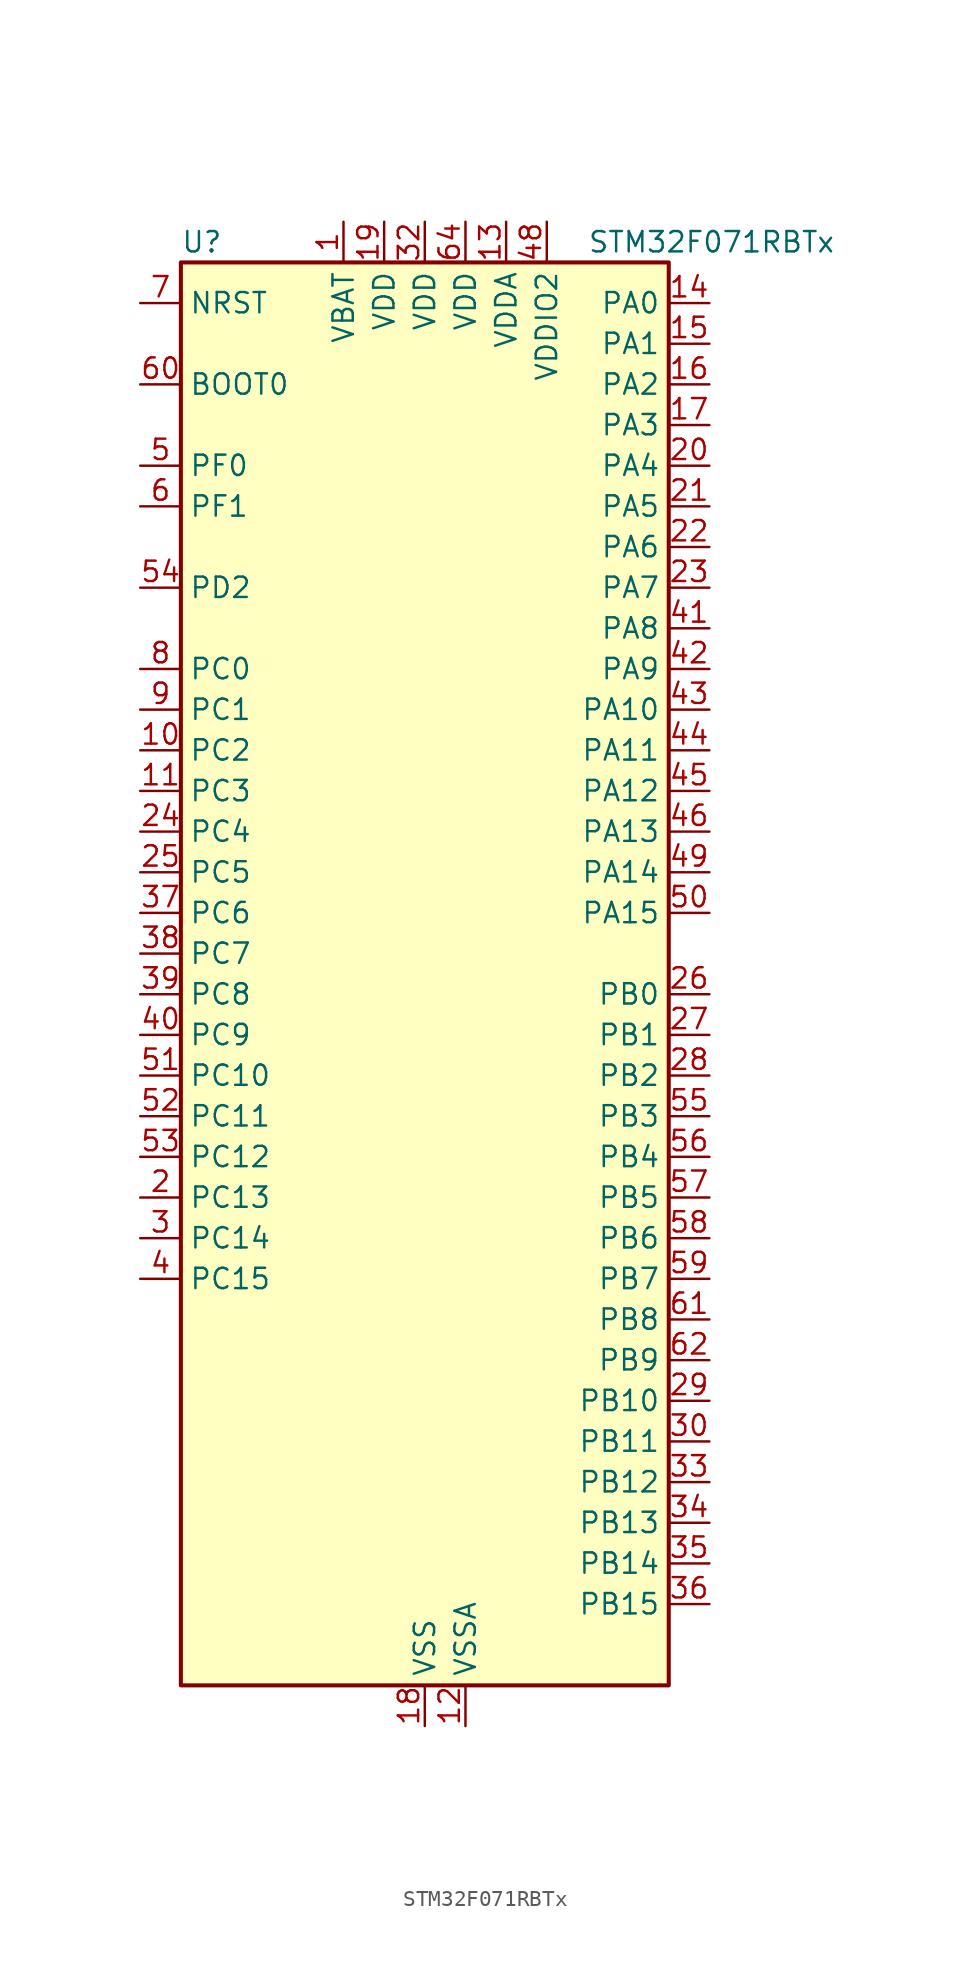
<source format=kicad_sym>
(kicad_symbol_lib
  (version 20220914)
  (generator kicad_symbol_editor)
  (symbol "STM32F071RBTx"
    (property "Reference" "U"
      (at -15.24 46.99 0)
      (effects (font (size 1.27 1.27)) (justify left)))
    (property "Value" "STM32F071RBTx"
      (at 10.16 46.99 0)
      (effects (font (size 1.27 1.27)) (justify left)))
    (property "ki_locked" ""
      (at 0 0 0)
      (effects (font (size 1.27 1.27))))
    (symbol "STM32F071RBTx_0_1"
      (rectangle (start -15.24 -43.18) (end 15.24 45.72) (stroke (width 0.254) (type default)) (fill (type background))))
    (symbol "STM32F071RBTx_1_1"
      (pin power_in line (at -5.08 48.26 270) (length 2.54) (name "VBAT" (effects (font (size 1.27 1.27)))) (number "1" (effects (font (size 1.27 1.27)))))
      (pin bidirectional line (at -17.78 15.24 0) (length 2.54) (name "PC2" (effects (font (size 1.27 1.27)))) (number "10" (effects (font (size 1.27 1.27)))) (alternate "ADC_IN12" bidirectional line) (alternate "I2S2_MCK" bidirectional line) (alternate "SPI2_MISO" bidirectional line))
      (pin bidirectional line (at -17.78 12.7 0) (length 2.54) (name "PC3" (effects (font (size 1.27 1.27)))) (number "11" (effects (font (size 1.27 1.27)))) (alternate "ADC_IN13" bidirectional line) (alternate "I2S2_SD" bidirectional line) (alternate "SPI2_MOSI" bidirectional line))
      (pin power_in line (at 2.54 -45.72 90) (length 2.54) (name "VSSA" (effects (font (size 1.27 1.27)))) (number "12" (effects (font (size 1.27 1.27)))))
      (pin power_in line (at 5.08 48.26 270) (length 2.54) (name "VDDA" (effects (font (size 1.27 1.27)))) (number "13" (effects (font (size 1.27 1.27)))))
      (pin bidirectional line (at 17.78 43.18 180) (length 2.54) (name "PA0" (effects (font (size 1.27 1.27)))) (number "14" (effects (font (size 1.27 1.27)))) (alternate "ADC_IN0" bidirectional line) (alternate "COMP1_INM" bidirectional line) (alternate "COMP1_OUT" bidirectional line) (alternate "RTC_TAMP2" bidirectional line) (alternate "SYS_WKUP1" bidirectional line) (alternate "TIM2_CH1" bidirectional line) (alternate "TIM2_ETR" bidirectional line) (alternate "TSC_G1_IO1" bidirectional line) (alternate "USART2_CTS" bidirectional line) (alternate "USART4_TX" bidirectional line))
      (pin bidirectional line (at 17.78 40.64 180) (length 2.54) (name "PA1" (effects (font (size 1.27 1.27)))) (number "15" (effects (font (size 1.27 1.27)))) (alternate "ADC_IN1" bidirectional line) (alternate "COMP1_INP" bidirectional line) (alternate "TIM15_CH1N" bidirectional line) (alternate "TIM2_CH2" bidirectional line) (alternate "TSC_G1_IO2" bidirectional line) (alternate "USART2_DE" bidirectional line) (alternate "USART2_RTS" bidirectional line) (alternate "USART4_RX" bidirectional line))
      (pin bidirectional line (at 17.78 38.1 180) (length 2.54) (name "PA2" (effects (font (size 1.27 1.27)))) (number "16" (effects (font (size 1.27 1.27)))) (alternate "ADC_IN2" bidirectional line) (alternate "COMP2_INM" bidirectional line) (alternate "COMP2_OUT" bidirectional line) (alternate "SYS_WKUP4" bidirectional line) (alternate "TIM15_CH1" bidirectional line) (alternate "TIM2_CH3" bidirectional line) (alternate "TSC_G1_IO3" bidirectional line) (alternate "USART2_TX" bidirectional line))
      (pin bidirectional line (at 17.78 35.56 180) (length 2.54) (name "PA3" (effects (font (size 1.27 1.27)))) (number "17" (effects (font (size 1.27 1.27)))) (alternate "ADC_IN3" bidirectional line) (alternate "COMP2_INP" bidirectional line) (alternate "TIM15_CH2" bidirectional line) (alternate "TIM2_CH4" bidirectional line) (alternate "TSC_G1_IO4" bidirectional line) (alternate "USART2_RX" bidirectional line))
      (pin power_in line (at 0 -45.72 90) (length 2.54) (name "VSS" (effects (font (size 1.27 1.27)))) (number "18" (effects (font (size 1.27 1.27)))))
      (pin power_in line (at -2.54 48.26 270) (length 2.54) (name "VDD" (effects (font (size 1.27 1.27)))) (number "19" (effects (font (size 1.27 1.27)))))
      (pin bidirectional line (at -17.78 -12.7 0) (length 2.54) (name "PC13" (effects (font (size 1.27 1.27)))) (number "2" (effects (font (size 1.27 1.27)))) (alternate "RTC_OUT_ALARM" bidirectional line) (alternate "RTC_OUT_CALIB" bidirectional line) (alternate "RTC_TAMP1" bidirectional line) (alternate "RTC_TS" bidirectional line) (alternate "SYS_WKUP2" bidirectional line))
      (pin bidirectional line (at 17.78 33.02 180) (length 2.54) (name "PA4" (effects (font (size 1.27 1.27)))) (number "20" (effects (font (size 1.27 1.27)))) (alternate "ADC_IN4" bidirectional line) (alternate "COMP1_INM" bidirectional line) (alternate "COMP2_INM" bidirectional line) (alternate "DAC_OUT1" bidirectional line) (alternate "I2S1_WS" bidirectional line) (alternate "SPI1_NSS" bidirectional line) (alternate "TIM14_CH1" bidirectional line) (alternate "TSC_G2_IO1" bidirectional line) (alternate "USART2_CK" bidirectional line))
      (pin bidirectional line (at 17.78 30.48 180) (length 2.54) (name "PA5" (effects (font (size 1.27 1.27)))) (number "21" (effects (font (size 1.27 1.27)))) (alternate "ADC_IN5" bidirectional line) (alternate "CEC" bidirectional line) (alternate "COMP1_INM" bidirectional line) (alternate "COMP2_INM" bidirectional line) (alternate "DAC_OUT2" bidirectional line) (alternate "I2S1_CK" bidirectional line) (alternate "SPI1_SCK" bidirectional line) (alternate "TIM2_CH1" bidirectional line) (alternate "TIM2_ETR" bidirectional line) (alternate "TSC_G2_IO2" bidirectional line))
      (pin bidirectional line (at 17.78 27.94 180) (length 2.54) (name "PA6" (effects (font (size 1.27 1.27)))) (number "22" (effects (font (size 1.27 1.27)))) (alternate "ADC_IN6" bidirectional line) (alternate "COMP1_OUT" bidirectional line) (alternate "I2S1_MCK" bidirectional line) (alternate "SPI1_MISO" bidirectional line) (alternate "TIM16_CH1" bidirectional line) (alternate "TIM1_BKIN" bidirectional line) (alternate "TIM3_CH1" bidirectional line) (alternate "TSC_G2_IO3" bidirectional line) (alternate "USART3_CTS" bidirectional line))
      (pin bidirectional line (at 17.78 25.4 180) (length 2.54) (name "PA7" (effects (font (size 1.27 1.27)))) (number "23" (effects (font (size 1.27 1.27)))) (alternate "ADC_IN7" bidirectional line) (alternate "COMP2_OUT" bidirectional line) (alternate "I2S1_SD" bidirectional line) (alternate "SPI1_MOSI" bidirectional line) (alternate "TIM14_CH1" bidirectional line) (alternate "TIM17_CH1" bidirectional line) (alternate "TIM1_CH1N" bidirectional line) (alternate "TIM3_CH2" bidirectional line) (alternate "TSC_G2_IO4" bidirectional line))
      (pin bidirectional line (at -17.78 10.16 0) (length 2.54) (name "PC4" (effects (font (size 1.27 1.27)))) (number "24" (effects (font (size 1.27 1.27)))) (alternate "ADC_IN14" bidirectional line) (alternate "USART3_TX" bidirectional line))
      (pin bidirectional line (at -17.78 7.62 0) (length 2.54) (name "PC5" (effects (font (size 1.27 1.27)))) (number "25" (effects (font (size 1.27 1.27)))) (alternate "ADC_IN15" bidirectional line) (alternate "SYS_WKUP5" bidirectional line) (alternate "TSC_G3_IO1" bidirectional line) (alternate "USART3_RX" bidirectional line))
      (pin bidirectional line (at 17.78 0 180) (length 2.54) (name "PB0" (effects (font (size 1.27 1.27)))) (number "26" (effects (font (size 1.27 1.27)))) (alternate "ADC_IN8" bidirectional line) (alternate "TIM1_CH2N" bidirectional line) (alternate "TIM3_CH3" bidirectional line) (alternate "TSC_G3_IO2" bidirectional line) (alternate "USART3_CK" bidirectional line))
      (pin bidirectional line (at 17.78 -2.54 180) (length 2.54) (name "PB1" (effects (font (size 1.27 1.27)))) (number "27" (effects (font (size 1.27 1.27)))) (alternate "ADC_IN9" bidirectional line) (alternate "TIM14_CH1" bidirectional line) (alternate "TIM1_CH3N" bidirectional line) (alternate "TIM3_CH4" bidirectional line) (alternate "TSC_G3_IO3" bidirectional line) (alternate "USART3_DE" bidirectional line) (alternate "USART3_RTS" bidirectional line))
      (pin bidirectional line (at 17.78 -5.08 180) (length 2.54) (name "PB2" (effects (font (size 1.27 1.27)))) (number "28" (effects (font (size 1.27 1.27)))) (alternate "TSC_G3_IO4" bidirectional line))
      (pin bidirectional line (at 17.78 -25.4 180) (length 2.54) (name "PB10" (effects (font (size 1.27 1.27)))) (number "29" (effects (font (size 1.27 1.27)))) (alternate "CEC" bidirectional line) (alternate "I2C2_SCL" bidirectional line) (alternate "I2S2_CK" bidirectional line) (alternate "SPI2_SCK" bidirectional line) (alternate "TIM2_CH3" bidirectional line) (alternate "TSC_SYNC" bidirectional line) (alternate "USART3_TX" bidirectional line))
      (pin bidirectional line (at -17.78 -15.24 0) (length 2.54) (name "PC14" (effects (font (size 1.27 1.27)))) (number "3" (effects (font (size 1.27 1.27)))) (alternate "RCC_OSC32_IN" bidirectional line))
      (pin bidirectional line (at 17.78 -27.94 180) (length 2.54) (name "PB11" (effects (font (size 1.27 1.27)))) (number "30" (effects (font (size 1.27 1.27)))) (alternate "I2C2_SDA" bidirectional line) (alternate "TIM2_CH4" bidirectional line) (alternate "TSC_G6_IO1" bidirectional line) (alternate "USART3_RX" bidirectional line))
      (pin passive line (at 0 -45.72 90) (length 2.54) hide (name "VSS" (effects (font (size 1.27 1.27)))) (number "31" (effects (font (size 1.27 1.27)))))
      (pin power_in line (at 0 48.26 270) (length 2.54) (name "VDD" (effects (font (size 1.27 1.27)))) (number "32" (effects (font (size 1.27 1.27)))))
      (pin bidirectional line (at 17.78 -30.48 180) (length 2.54) (name "PB12" (effects (font (size 1.27 1.27)))) (number "33" (effects (font (size 1.27 1.27)))) (alternate "I2S2_WS" bidirectional line) (alternate "SPI2_NSS" bidirectional line) (alternate "TIM15_BKIN" bidirectional line) (alternate "TIM1_BKIN" bidirectional line) (alternate "TSC_G6_IO2" bidirectional line) (alternate "USART3_CK" bidirectional line))
      (pin bidirectional line (at 17.78 -33.02 180) (length 2.54) (name "PB13" (effects (font (size 1.27 1.27)))) (number "34" (effects (font (size 1.27 1.27)))) (alternate "I2C2_SCL" bidirectional line) (alternate "I2S2_CK" bidirectional line) (alternate "SPI2_SCK" bidirectional line) (alternate "TIM1_CH1N" bidirectional line) (alternate "TSC_G6_IO3" bidirectional line) (alternate "USART3_CTS" bidirectional line))
      (pin bidirectional line (at 17.78 -35.56 180) (length 2.54) (name "PB14" (effects (font (size 1.27 1.27)))) (number "35" (effects (font (size 1.27 1.27)))) (alternate "I2C2_SDA" bidirectional line) (alternate "I2S2_MCK" bidirectional line) (alternate "SPI2_MISO" bidirectional line) (alternate "TIM15_CH1" bidirectional line) (alternate "TIM1_CH2N" bidirectional line) (alternate "TSC_G6_IO4" bidirectional line) (alternate "USART3_DE" bidirectional line) (alternate "USART3_RTS" bidirectional line))
      (pin bidirectional line (at 17.78 -38.1 180) (length 2.54) (name "PB15" (effects (font (size 1.27 1.27)))) (number "36" (effects (font (size 1.27 1.27)))) (alternate "I2S2_SD" bidirectional line) (alternate "RTC_REFIN" bidirectional line) (alternate "SPI2_MOSI" bidirectional line) (alternate "SYS_WKUP7" bidirectional line) (alternate "TIM15_CH1N" bidirectional line) (alternate "TIM15_CH2" bidirectional line) (alternate "TIM1_CH3N" bidirectional line))
      (pin bidirectional line (at -17.78 5.08 0) (length 2.54) (name "PC6" (effects (font (size 1.27 1.27)))) (number "37" (effects (font (size 1.27 1.27)))) (alternate "TIM3_CH1" bidirectional line))
      (pin bidirectional line (at -17.78 2.54 0) (length 2.54) (name "PC7" (effects (font (size 1.27 1.27)))) (number "38" (effects (font (size 1.27 1.27)))) (alternate "TIM3_CH2" bidirectional line))
      (pin bidirectional line (at -17.78 0 0) (length 2.54) (name "PC8" (effects (font (size 1.27 1.27)))) (number "39" (effects (font (size 1.27 1.27)))) (alternate "TIM3_CH3" bidirectional line))
      (pin bidirectional line (at -17.78 -17.78 0) (length 2.54) (name "PC15" (effects (font (size 1.27 1.27)))) (number "4" (effects (font (size 1.27 1.27)))) (alternate "RCC_OSC32_OUT" bidirectional line))
      (pin bidirectional line (at -17.78 -2.54 0) (length 2.54) (name "PC9" (effects (font (size 1.27 1.27)))) (number "40" (effects (font (size 1.27 1.27)))) (alternate "DAC_EXTI9" bidirectional line) (alternate "TIM3_CH4" bidirectional line))
      (pin bidirectional line (at 17.78 22.86 180) (length 2.54) (name "PA8" (effects (font (size 1.27 1.27)))) (number "41" (effects (font (size 1.27 1.27)))) (alternate "CRS_SYNC" bidirectional line) (alternate "RCC_MCO" bidirectional line) (alternate "TIM1_CH1" bidirectional line) (alternate "USART1_CK" bidirectional line))
      (pin bidirectional line (at 17.78 20.32 180) (length 2.54) (name "PA9" (effects (font (size 1.27 1.27)))) (number "42" (effects (font (size 1.27 1.27)))) (alternate "DAC_EXTI9" bidirectional line) (alternate "TIM15_BKIN" bidirectional line) (alternate "TIM1_CH2" bidirectional line) (alternate "TSC_G4_IO1" bidirectional line) (alternate "USART1_TX" bidirectional line))
      (pin bidirectional line (at 17.78 17.78 180) (length 2.54) (name "PA10" (effects (font (size 1.27 1.27)))) (number "43" (effects (font (size 1.27 1.27)))) (alternate "TIM17_BKIN" bidirectional line) (alternate "TIM1_CH3" bidirectional line) (alternate "TSC_G4_IO2" bidirectional line) (alternate "USART1_RX" bidirectional line))
      (pin bidirectional line (at 17.78 15.24 180) (length 2.54) (name "PA11" (effects (font (size 1.27 1.27)))) (number "44" (effects (font (size 1.27 1.27)))) (alternate "COMP1_OUT" bidirectional line) (alternate "TIM1_CH4" bidirectional line) (alternate "TSC_G4_IO3" bidirectional line) (alternate "USART1_CTS" bidirectional line))
      (pin bidirectional line (at 17.78 12.7 180) (length 2.54) (name "PA12" (effects (font (size 1.27 1.27)))) (number "45" (effects (font (size 1.27 1.27)))) (alternate "COMP2_OUT" bidirectional line) (alternate "TIM1_ETR" bidirectional line) (alternate "TSC_G4_IO4" bidirectional line) (alternate "USART1_DE" bidirectional line) (alternate "USART1_RTS" bidirectional line))
      (pin bidirectional line (at 17.78 10.16 180) (length 2.54) (name "PA13" (effects (font (size 1.27 1.27)))) (number "46" (effects (font (size 1.27 1.27)))) (alternate "IR_OUT" bidirectional line) (alternate "SYS_SWDIO" bidirectional line))
      (pin passive line (at 0 -45.72 90) (length 2.54) hide (name "VSS" (effects (font (size 1.27 1.27)))) (number "47" (effects (font (size 1.27 1.27)))))
      (pin power_in line (at 7.62 48.26 270) (length 2.54) (name "VDDIO2" (effects (font (size 1.27 1.27)))) (number "48" (effects (font (size 1.27 1.27)))))
      (pin bidirectional line (at 17.78 7.62 180) (length 2.54) (name "PA14" (effects (font (size 1.27 1.27)))) (number "49" (effects (font (size 1.27 1.27)))) (alternate "SYS_SWCLK" bidirectional line) (alternate "USART2_TX" bidirectional line))
      (pin bidirectional line (at -17.78 33.02 0) (length 2.54) (name "PF0" (effects (font (size 1.27 1.27)))) (number "5" (effects (font (size 1.27 1.27)))) (alternate "CRS_SYNC" bidirectional line) (alternate "RCC_OSC_IN" bidirectional line))
      (pin bidirectional line (at 17.78 5.08 180) (length 2.54) (name "PA15" (effects (font (size 1.27 1.27)))) (number "50" (effects (font (size 1.27 1.27)))) (alternate "I2S1_WS" bidirectional line) (alternate "SPI1_NSS" bidirectional line) (alternate "TIM2_CH1" bidirectional line) (alternate "TIM2_ETR" bidirectional line) (alternate "USART2_RX" bidirectional line) (alternate "USART4_DE" bidirectional line) (alternate "USART4_RTS" bidirectional line))
      (pin bidirectional line (at -17.78 -5.08 0) (length 2.54) (name "PC10" (effects (font (size 1.27 1.27)))) (number "51" (effects (font (size 1.27 1.27)))) (alternate "USART3_TX" bidirectional line) (alternate "USART4_TX" bidirectional line))
      (pin bidirectional line (at -17.78 -7.62 0) (length 2.54) (name "PC11" (effects (font (size 1.27 1.27)))) (number "52" (effects (font (size 1.27 1.27)))) (alternate "USART3_RX" bidirectional line) (alternate "USART4_RX" bidirectional line))
      (pin bidirectional line (at -17.78 -10.16 0) (length 2.54) (name "PC12" (effects (font (size 1.27 1.27)))) (number "53" (effects (font (size 1.27 1.27)))) (alternate "USART3_CK" bidirectional line) (alternate "USART4_CK" bidirectional line))
      (pin bidirectional line (at -17.78 25.4 0) (length 2.54) (name "PD2" (effects (font (size 1.27 1.27)))) (number "54" (effects (font (size 1.27 1.27)))) (alternate "TIM3_ETR" bidirectional line) (alternate "USART3_DE" bidirectional line) (alternate "USART3_RTS" bidirectional line))
      (pin bidirectional line (at 17.78 -7.62 180) (length 2.54) (name "PB3" (effects (font (size 1.27 1.27)))) (number "55" (effects (font (size 1.27 1.27)))) (alternate "I2S1_CK" bidirectional line) (alternate "SPI1_SCK" bidirectional line) (alternate "TIM2_CH2" bidirectional line) (alternate "TSC_G5_IO1" bidirectional line))
      (pin bidirectional line (at 17.78 -10.16 180) (length 2.54) (name "PB4" (effects (font (size 1.27 1.27)))) (number "56" (effects (font (size 1.27 1.27)))) (alternate "I2S1_MCK" bidirectional line) (alternate "SPI1_MISO" bidirectional line) (alternate "TIM17_BKIN" bidirectional line) (alternate "TIM3_CH1" bidirectional line) (alternate "TSC_G5_IO2" bidirectional line))
      (pin bidirectional line (at 17.78 -12.7 180) (length 2.54) (name "PB5" (effects (font (size 1.27 1.27)))) (number "57" (effects (font (size 1.27 1.27)))) (alternate "I2C1_SMBA" bidirectional line) (alternate "I2S1_SD" bidirectional line) (alternate "SPI1_MOSI" bidirectional line) (alternate "SYS_WKUP6" bidirectional line) (alternate "TIM16_BKIN" bidirectional line) (alternate "TIM3_CH2" bidirectional line))
      (pin bidirectional line (at 17.78 -15.24 180) (length 2.54) (name "PB6" (effects (font (size 1.27 1.27)))) (number "58" (effects (font (size 1.27 1.27)))) (alternate "I2C1_SCL" bidirectional line) (alternate "TIM16_CH1N" bidirectional line) (alternate "TSC_G5_IO3" bidirectional line) (alternate "USART1_TX" bidirectional line))
      (pin bidirectional line (at 17.78 -17.78 180) (length 2.54) (name "PB7" (effects (font (size 1.27 1.27)))) (number "59" (effects (font (size 1.27 1.27)))) (alternate "I2C1_SDA" bidirectional line) (alternate "TIM17_CH1N" bidirectional line) (alternate "TSC_G5_IO4" bidirectional line) (alternate "USART1_RX" bidirectional line) (alternate "USART4_CTS" bidirectional line))
      (pin bidirectional line (at -17.78 30.48 0) (length 2.54) (name "PF1" (effects (font (size 1.27 1.27)))) (number "6" (effects (font (size 1.27 1.27)))) (alternate "RCC_OSC_OUT" bidirectional line))
      (pin input line (at -17.78 38.1 0) (length 2.54) (name "BOOT0" (effects (font (size 1.27 1.27)))) (number "60" (effects (font (size 1.27 1.27)))))
      (pin bidirectional line (at 17.78 -20.32 180) (length 2.54) (name "PB8" (effects (font (size 1.27 1.27)))) (number "61" (effects (font (size 1.27 1.27)))) (alternate "CEC" bidirectional line) (alternate "I2C1_SCL" bidirectional line) (alternate "TIM16_CH1" bidirectional line) (alternate "TSC_SYNC" bidirectional line))
      (pin bidirectional line (at 17.78 -22.86 180) (length 2.54) (name "PB9" (effects (font (size 1.27 1.27)))) (number "62" (effects (font (size 1.27 1.27)))) (alternate "DAC_EXTI9" bidirectional line) (alternate "I2C1_SDA" bidirectional line) (alternate "I2S2_WS" bidirectional line) (alternate "IR_OUT" bidirectional line) (alternate "SPI2_NSS" bidirectional line) (alternate "TIM17_CH1" bidirectional line))
      (pin passive line (at 0 -45.72 90) (length 2.54) hide (name "VSS" (effects (font (size 1.27 1.27)))) (number "63" (effects (font (size 1.27 1.27)))))
      (pin power_in line (at 2.54 48.26 270) (length 2.54) (name "VDD" (effects (font (size 1.27 1.27)))) (number "64" (effects (font (size 1.27 1.27)))))
      (pin input line (at -17.78 43.18 0) (length 2.54) (name "NRST" (effects (font (size 1.27 1.27)))) (number "7" (effects (font (size 1.27 1.27)))))
      (pin bidirectional line (at -17.78 20.32 0) (length 2.54) (name "PC0" (effects (font (size 1.27 1.27)))) (number "8" (effects (font (size 1.27 1.27)))) (alternate "ADC_IN10" bidirectional line))
      (pin bidirectional line (at -17.78 17.78 0) (length 2.54) (name "PC1" (effects (font (size 1.27 1.27)))) (number "9" (effects (font (size 1.27 1.27)))) (alternate "ADC_IN11" bidirectional line)))))
</source>
